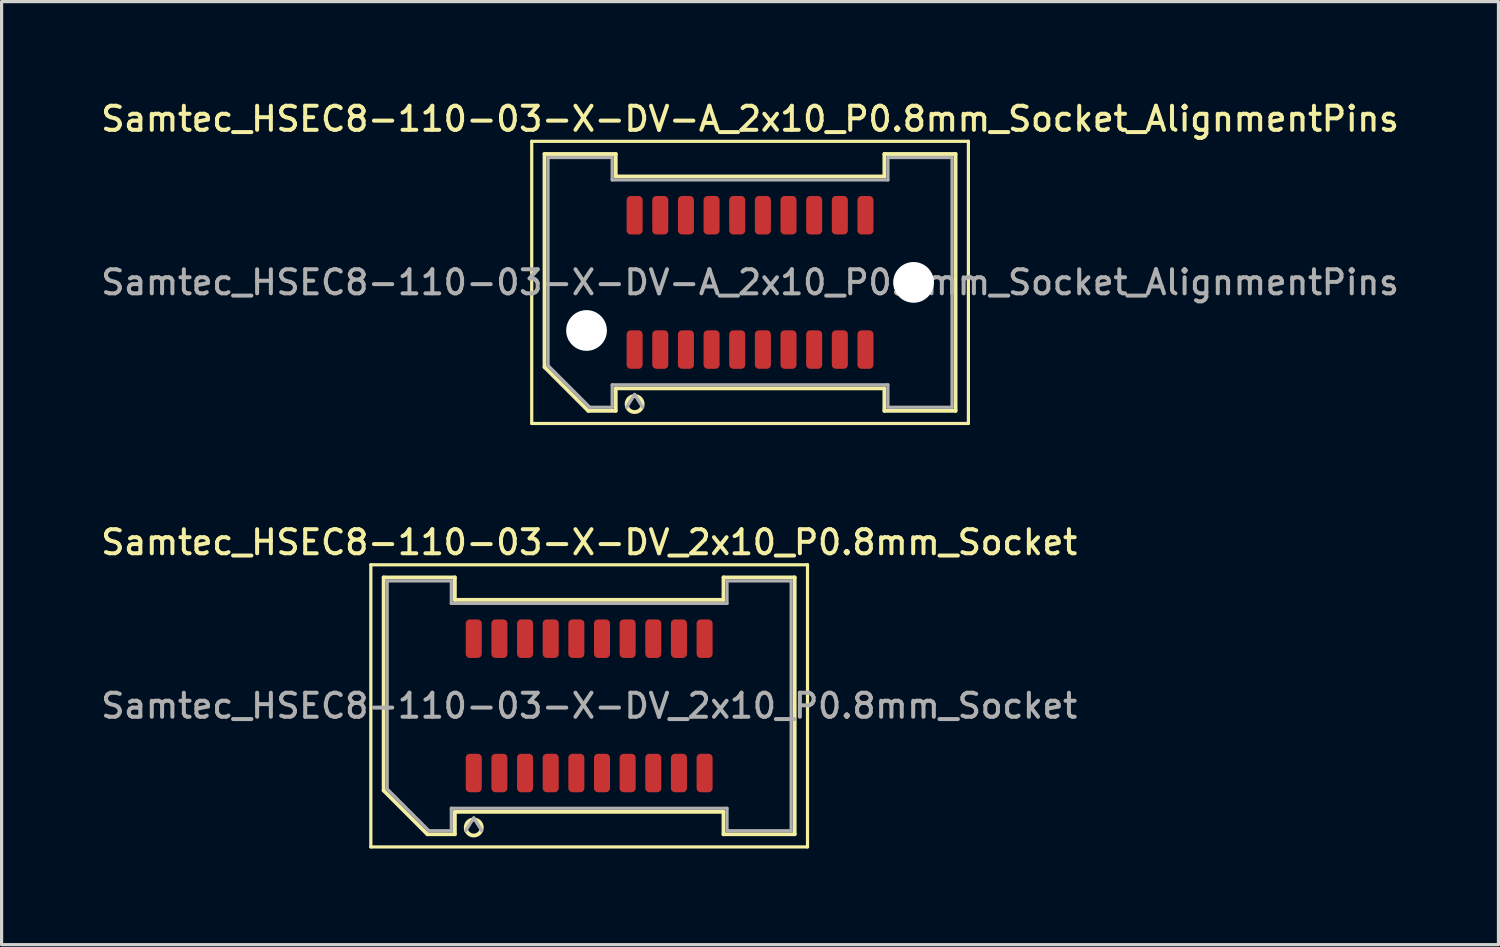
<source format=kicad_pcb>
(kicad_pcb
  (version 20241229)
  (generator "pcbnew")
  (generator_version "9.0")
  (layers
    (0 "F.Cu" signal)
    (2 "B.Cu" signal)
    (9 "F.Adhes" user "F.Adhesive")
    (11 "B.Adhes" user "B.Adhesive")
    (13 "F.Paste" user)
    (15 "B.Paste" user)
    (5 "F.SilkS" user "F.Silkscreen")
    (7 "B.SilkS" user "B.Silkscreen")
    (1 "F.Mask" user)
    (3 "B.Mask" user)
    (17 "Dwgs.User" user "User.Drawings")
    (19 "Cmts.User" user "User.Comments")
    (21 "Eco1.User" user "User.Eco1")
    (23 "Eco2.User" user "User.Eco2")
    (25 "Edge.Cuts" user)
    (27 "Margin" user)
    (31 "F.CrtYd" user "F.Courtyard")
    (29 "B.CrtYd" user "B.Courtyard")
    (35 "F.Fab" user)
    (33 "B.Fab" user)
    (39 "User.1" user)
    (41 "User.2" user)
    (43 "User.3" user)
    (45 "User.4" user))
  (footprint "Samtec_HSEC8-110-03-X-DV-A_2x10_P0.8mm_Socket_AlignmentPins"
    (layer "F.Cu")
    (at 20.345 5.758)
    (property "Reference" "Samtec_HSEC8-110-03-X-DV-A_2x10_P0.8mm_Socket_AlignmentPins" (at 0 -5.1 0) (layer "F.SilkS") (effects (font (size 0.75 0.75) (thickness 0.125))))
    (attr smd)
    (fp_line (start -6.81 -4.4) (end -6.81 4.4) (stroke (width 0.1) (type solid)) (layer "F.SilkS"))
    (fp_line (start -6.81 4.4) (end 6.81 4.4) (stroke (width 0.1) (type solid)) (layer "F.SilkS"))
    (fp_line (start -6.41 -4.005) (end -4.19 -4.005) (stroke (width 0.12) (type solid)) (layer "F.SilkS"))
    (fp_line (start -6.41 2.641) (end -6.41 -4.005) (stroke (width 0.12) (type solid)) (layer "F.SilkS"))
    (fp_line (start -5.046 4.005) (end -6.41 2.641) (stroke (width 0.12) (type solid)) (layer "F.SilkS"))
    (fp_line (start -4.19 -4.005) (end -4.19 -3.305) (stroke (width 0.12) (type solid)) (layer "F.SilkS"))
    (fp_line (start -4.19 -3.305) (end 4.19 -3.305) (stroke (width 0.12) (type solid)) (layer "F.SilkS"))
    (fp_line (start -4.19 3.305) (end -4.19 4.005) (stroke (width 0.12) (type solid)) (layer "F.SilkS"))
    (fp_line (start -4.19 4.005) (end -5.046 4.005) (stroke (width 0.12) (type solid)) (layer "F.SilkS"))
    (fp_line (start 4.19 -4.005) (end 6.41 -4.005) (stroke (width 0.12) (type solid)) (layer "F.SilkS"))
    (fp_line (start 4.19 -3.305) (end 4.19 -4.005) (stroke (width 0.12) (type solid)) (layer "F.SilkS"))
    (fp_line (start 4.19 3.305) (end -4.19 3.305) (stroke (width 0.12) (type solid)) (layer "F.SilkS"))
    (fp_line (start 4.19 4.005) (end 4.19 3.305) (stroke (width 0.12) (type solid)) (layer "F.SilkS"))
    (fp_line (start 6.41 -4.005) (end 6.41 4.005) (stroke (width 0.12) (type solid)) (layer "F.SilkS"))
    (fp_line (start 6.41 4.005) (end 4.19 4.005) (stroke (width 0.12) (type solid)) (layer "F.SilkS"))
    (fp_line (start 6.81 -4.4) (end -6.81 -4.4) (stroke (width 0.1) (type solid)) (layer "F.SilkS"))
    (fp_line (start 6.81 4.4) (end 6.81 -4.4) (stroke (width 0.1) (type solid)) (layer "F.SilkS"))
    (fp_arc (start -3.35 3.795) (mid -3.85 3.795) (end -3.35 3.795) (stroke (width 0.12) (type solid)) (layer "F.SilkS"))
    (fp_line (start -6.3 -3.895) (end -4.3 -3.895) (stroke (width 0.1) (type solid)) (layer "F.Fab"))
    (fp_line (start -6.3 2.595) (end -6.3 -3.895) (stroke (width 0.1) (type solid)) (layer "F.Fab"))
    (fp_line (start -5 3.895) (end -6.3 2.595) (stroke (width 0.1) (type solid)) (layer "F.Fab"))
    (fp_line (start -4.3 -3.895) (end -4.3 -3.195) (stroke (width 0.1) (type solid)) (layer "F.Fab"))
    (fp_line (start -4.3 -3.195) (end 4.3 -3.195) (stroke (width 0.1) (type solid)) (layer "F.Fab"))
    (fp_line (start -4.3 3.195) (end -4.3 3.895) (stroke (width 0.1) (type solid)) (layer "F.Fab"))
    (fp_line (start -4.3 3.895) (end -5 3.895) (stroke (width 0.1) (type solid)) (layer "F.Fab"))
    (fp_line (start -3.6 3.495) (end -3.85 3.895) (stroke (width 0.1) (type solid)) (layer "F.Fab"))
    (fp_line (start -3.6 3.495) (end -3.35 3.895) (stroke (width 0.1) (type solid)) (layer "F.Fab"))
    (fp_line (start 4.3 -3.895) (end 6.3 -3.895) (stroke (width 0.1) (type solid)) (layer "F.Fab"))
    (fp_line (start 4.3 -3.195) (end 4.3 -3.895) (stroke (width 0.1) (type solid)) (layer "F.Fab"))
    (fp_line (start 4.3 3.195) (end -4.3 3.195) (stroke (width 0.1) (type solid)) (layer "F.Fab"))
    (fp_line (start 4.3 3.895) (end 4.3 3.195) (stroke (width 0.1) (type solid)) (layer "F.Fab"))
    (fp_line (start 6.3 -3.895) (end 6.3 3.895) (stroke (width 0.1) (type solid)) (layer "F.Fab"))
    (fp_line (start 6.3 3.895) (end 4.3 3.895) (stroke (width 0.1) (type solid)) (layer "F.Fab"))
    (fp_text user "${REFERENCE}" (at 0 0 0) (layer "F.Fab") (effects (font (size 0.75 0.75) (thickness 0.125))))
    (pad "" np_thru_hole circle (at -5.1 1.5) (size 1.27 1.27) (drill 1.27) (layers "*.Cu" "*.Mask"))
    (pad "" np_thru_hole circle (at 5.1 0) (size 1.27 1.27) (drill 1.27) (layers "*.Cu" "*.Mask"))
    (pad "1" smd roundrect (at -3.6 2.095) (size 0.5 1.2) (layers "F.Cu" "F.Mask" "F.Paste") (roundrect_rratio 0.25))
    (pad "2" smd roundrect (at -3.6 -2.095) (size 0.5 1.2) (layers "F.Cu" "F.Mask" "F.Paste") (roundrect_rratio 0.25))
    (pad "3" smd roundrect (at -2.8 2.095) (size 0.5 1.2) (layers "F.Cu" "F.Mask" "F.Paste") (roundrect_rratio 0.25))
    (pad "4" smd roundrect (at -2.8 -2.095) (size 0.5 1.2) (layers "F.Cu" "F.Mask" "F.Paste") (roundrect_rratio 0.25))
    (pad "5" smd roundrect (at -2 2.095) (size 0.5 1.2) (layers "F.Cu" "F.Mask" "F.Paste") (roundrect_rratio 0.25))
    (pad "6" smd roundrect (at -2 -2.095) (size 0.5 1.2) (layers "F.Cu" "F.Mask" "F.Paste") (roundrect_rratio 0.25))
    (pad "7" smd roundrect (at -1.2 2.095) (size 0.5 1.2) (layers "F.Cu" "F.Mask" "F.Paste") (roundrect_rratio 0.25))
    (pad "8" smd roundrect (at -1.2 -2.095) (size 0.5 1.2) (layers "F.Cu" "F.Mask" "F.Paste") (roundrect_rratio 0.25))
    (pad "9" smd roundrect (at -0.4 2.095) (size 0.5 1.2) (layers "F.Cu" "F.Mask" "F.Paste") (roundrect_rratio 0.25))
    (pad "10" smd roundrect (at -0.4 -2.095) (size 0.5 1.2) (layers "F.Cu" "F.Mask" "F.Paste") (roundrect_rratio 0.25))
    (pad "11" smd roundrect (at 0.4 2.095) (size 0.5 1.2) (layers "F.Cu" "F.Mask" "F.Paste") (roundrect_rratio 0.25))
    (pad "12" smd roundrect (at 0.4 -2.095) (size 0.5 1.2) (layers "F.Cu" "F.Mask" "F.Paste") (roundrect_rratio 0.25))
    (pad "13" smd roundrect (at 1.2 2.095) (size 0.5 1.2) (layers "F.Cu" "F.Mask" "F.Paste") (roundrect_rratio 0.25))
    (pad "14" smd roundrect (at 1.2 -2.095) (size 0.5 1.2) (layers "F.Cu" "F.Mask" "F.Paste") (roundrect_rratio 0.25))
    (pad "15" smd roundrect (at 2 2.095) (size 0.5 1.2) (layers "F.Cu" "F.Mask" "F.Paste") (roundrect_rratio 0.25))
    (pad "16" smd roundrect (at 2 -2.095) (size 0.5 1.2) (layers "F.Cu" "F.Mask" "F.Paste") (roundrect_rratio 0.25))
    (pad "17" smd roundrect (at 2.8 2.095) (size 0.5 1.2) (layers "F.Cu" "F.Mask" "F.Paste") (roundrect_rratio 0.25))
    (pad "18" smd roundrect (at 2.8 -2.095) (size 0.5 1.2) (layers "F.Cu" "F.Mask" "F.Paste") (roundrect_rratio 0.25))
    (pad "19" smd roundrect (at 3.6 2.095) (size 0.5 1.2) (layers "F.Cu" "F.Mask" "F.Paste") (roundrect_rratio 0.25))
    (pad "20" smd roundrect (at 3.6 -2.095) (size 0.5 1.2) (layers "F.Cu" "F.Mask" "F.Paste") (roundrect_rratio 0.25)))
  (footprint "Samtec_HSEC8-110-03-X-DV_2x10_P0.8mm_Socket"
    (layer "F.Cu")
    (at 15.327 18.966)
    (property "Reference" "Samtec_HSEC8-110-03-X-DV_2x10_P0.8mm_Socket" (at 0 -5.1 0) (layer "F.SilkS") (effects (font (size 0.75 0.75) (thickness 0.125))))
    (attr smd)
    (fp_line (start -6.81 -4.4) (end -6.81 4.4) (stroke (width 0.1) (type solid)) (layer "F.SilkS"))
    (fp_line (start -6.81 4.4) (end 6.81 4.4) (stroke (width 0.1) (type solid)) (layer "F.SilkS"))
    (fp_line (start -6.41 -4.005) (end -4.19 -4.005) (stroke (width 0.12) (type solid)) (layer "F.SilkS"))
    (fp_line (start -6.41 2.641) (end -6.41 -4.005) (stroke (width 0.12) (type solid)) (layer "F.SilkS"))
    (fp_line (start -5.046 4.005) (end -6.41 2.641) (stroke (width 0.12) (type solid)) (layer "F.SilkS"))
    (fp_line (start -4.19 -4.005) (end -4.19 -3.305) (stroke (width 0.12) (type solid)) (layer "F.SilkS"))
    (fp_line (start -4.19 -3.305) (end 4.19 -3.305) (stroke (width 0.12) (type solid)) (layer "F.SilkS"))
    (fp_line (start -4.19 3.305) (end -4.19 4.005) (stroke (width 0.12) (type solid)) (layer "F.SilkS"))
    (fp_line (start -4.19 4.005) (end -5.046 4.005) (stroke (width 0.12) (type solid)) (layer "F.SilkS"))
    (fp_line (start 4.19 -4.005) (end 6.41 -4.005) (stroke (width 0.12) (type solid)) (layer "F.SilkS"))
    (fp_line (start 4.19 -3.305) (end 4.19 -4.005) (stroke (width 0.12) (type solid)) (layer "F.SilkS"))
    (fp_line (start 4.19 3.305) (end -4.19 3.305) (stroke (width 0.12) (type solid)) (layer "F.SilkS"))
    (fp_line (start 4.19 4.005) (end 4.19 3.305) (stroke (width 0.12) (type solid)) (layer "F.SilkS"))
    (fp_line (start 6.41 -4.005) (end 6.41 4.005) (stroke (width 0.12) (type solid)) (layer "F.SilkS"))
    (fp_line (start 6.41 4.005) (end 4.19 4.005) (stroke (width 0.12) (type solid)) (layer "F.SilkS"))
    (fp_line (start 6.81 -4.4) (end -6.81 -4.4) (stroke (width 0.1) (type solid)) (layer "F.SilkS"))
    (fp_line (start 6.81 4.4) (end 6.81 -4.4) (stroke (width 0.1) (type solid)) (layer "F.SilkS"))
    (fp_arc (start -3.35 3.795) (mid -3.85 3.795) (end -3.35 3.795) (stroke (width 0.12) (type solid)) (layer "F.SilkS"))
    (fp_line (start -6.3 -3.895) (end -4.3 -3.895) (stroke (width 0.1) (type solid)) (layer "F.Fab"))
    (fp_line (start -6.3 2.595) (end -6.3 -3.895) (stroke (width 0.1) (type solid)) (layer "F.Fab"))
    (fp_line (start -5 3.895) (end -6.3 2.595) (stroke (width 0.1) (type solid)) (layer "F.Fab"))
    (fp_line (start -4.3 -3.895) (end -4.3 -3.195) (stroke (width 0.1) (type solid)) (layer "F.Fab"))
    (fp_line (start -4.3 -3.195) (end 4.3 -3.195) (stroke (width 0.1) (type solid)) (layer "F.Fab"))
    (fp_line (start -4.3 3.195) (end -4.3 3.895) (stroke (width 0.1) (type solid)) (layer "F.Fab"))
    (fp_line (start -4.3 3.895) (end -5 3.895) (stroke (width 0.1) (type solid)) (layer "F.Fab"))
    (fp_line (start -3.6 3.495) (end -3.85 3.895) (stroke (width 0.1) (type solid)) (layer "F.Fab"))
    (fp_line (start -3.6 3.495) (end -3.35 3.895) (stroke (width 0.1) (type solid)) (layer "F.Fab"))
    (fp_line (start 4.3 -3.895) (end 6.3 -3.895) (stroke (width 0.1) (type solid)) (layer "F.Fab"))
    (fp_line (start 4.3 -3.195) (end 4.3 -3.895) (stroke (width 0.1) (type solid)) (layer "F.Fab"))
    (fp_line (start 4.3 3.195) (end -4.3 3.195) (stroke (width 0.1) (type solid)) (layer "F.Fab"))
    (fp_line (start 4.3 3.895) (end 4.3 3.195) (stroke (width 0.1) (type solid)) (layer "F.Fab"))
    (fp_line (start 6.3 -3.895) (end 6.3 3.895) (stroke (width 0.1) (type solid)) (layer "F.Fab"))
    (fp_line (start 6.3 3.895) (end 4.3 3.895) (stroke (width 0.1) (type solid)) (layer "F.Fab"))
    (fp_text user "${REFERENCE}" (at 0 0 0) (layer "F.Fab") (effects (font (size 0.75 0.75) (thickness 0.125))))
    (pad "1" smd roundrect (at -3.6 2.095) (size 0.5 1.2) (layers "F.Cu" "F.Mask" "F.Paste") (roundrect_rratio 0.25))
    (pad "2" smd roundrect (at -3.6 -2.095) (size 0.5 1.2) (layers "F.Cu" "F.Mask" "F.Paste") (roundrect_rratio 0.25))
    (pad "3" smd roundrect (at -2.8 2.095) (size 0.5 1.2) (layers "F.Cu" "F.Mask" "F.Paste") (roundrect_rratio 0.25))
    (pad "4" smd roundrect (at -2.8 -2.095) (size 0.5 1.2) (layers "F.Cu" "F.Mask" "F.Paste") (roundrect_rratio 0.25))
    (pad "5" smd roundrect (at -2 2.095) (size 0.5 1.2) (layers "F.Cu" "F.Mask" "F.Paste") (roundrect_rratio 0.25))
    (pad "6" smd roundrect (at -2 -2.095) (size 0.5 1.2) (layers "F.Cu" "F.Mask" "F.Paste") (roundrect_rratio 0.25))
    (pad "7" smd roundrect (at -1.2 2.095) (size 0.5 1.2) (layers "F.Cu" "F.Mask" "F.Paste") (roundrect_rratio 0.25))
    (pad "8" smd roundrect (at -1.2 -2.095) (size 0.5 1.2) (layers "F.Cu" "F.Mask" "F.Paste") (roundrect_rratio 0.25))
    (pad "9" smd roundrect (at -0.4 2.095) (size 0.5 1.2) (layers "F.Cu" "F.Mask" "F.Paste") (roundrect_rratio 0.25))
    (pad "10" smd roundrect (at -0.4 -2.095) (size 0.5 1.2) (layers "F.Cu" "F.Mask" "F.Paste") (roundrect_rratio 0.25))
    (pad "11" smd roundrect (at 0.4 2.095) (size 0.5 1.2) (layers "F.Cu" "F.Mask" "F.Paste") (roundrect_rratio 0.25))
    (pad "12" smd roundrect (at 0.4 -2.095) (size 0.5 1.2) (layers "F.Cu" "F.Mask" "F.Paste") (roundrect_rratio 0.25))
    (pad "13" smd roundrect (at 1.2 2.095) (size 0.5 1.2) (layers "F.Cu" "F.Mask" "F.Paste") (roundrect_rratio 0.25))
    (pad "14" smd roundrect (at 1.2 -2.095) (size 0.5 1.2) (layers "F.Cu" "F.Mask" "F.Paste") (roundrect_rratio 0.25))
    (pad "15" smd roundrect (at 2 2.095) (size 0.5 1.2) (layers "F.Cu" "F.Mask" "F.Paste") (roundrect_rratio 0.25))
    (pad "16" smd roundrect (at 2 -2.095) (size 0.5 1.2) (layers "F.Cu" "F.Mask" "F.Paste") (roundrect_rratio 0.25))
    (pad "17" smd roundrect (at 2.8 2.095) (size 0.5 1.2) (layers "F.Cu" "F.Mask" "F.Paste") (roundrect_rratio 0.25))
    (pad "18" smd roundrect (at 2.8 -2.095) (size 0.5 1.2) (layers "F.Cu" "F.Mask" "F.Paste") (roundrect_rratio 0.25))
    (pad "19" smd roundrect (at 3.6 2.095) (size 0.5 1.2) (layers "F.Cu" "F.Mask" "F.Paste") (roundrect_rratio 0.25))
    (pad "20" smd roundrect (at 3.6 -2.095) (size 0.5 1.2) (layers "F.Cu" "F.Mask" "F.Paste") (roundrect_rratio 0.25)))
  (gr_rect
    (start -3 -3)
    (end 43.689 26.416)
    (stroke (width 0.1) (type default))
    (fill no)
    (layer "Edge.Cuts")))
</source>
